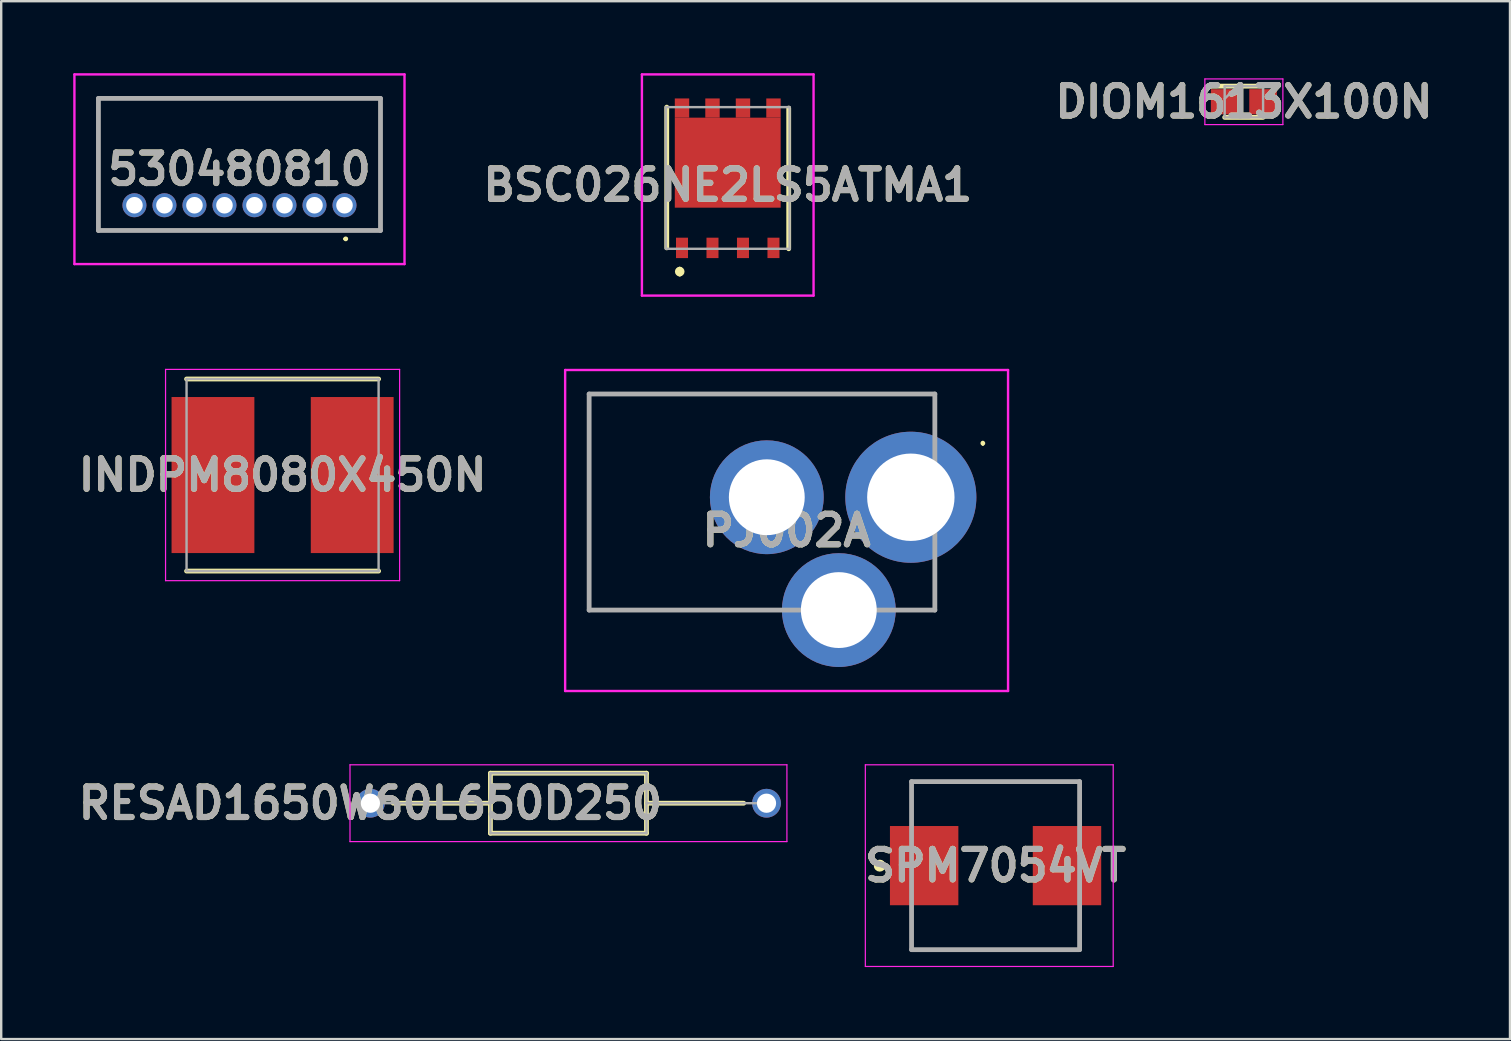
<source format=kicad_pcb>
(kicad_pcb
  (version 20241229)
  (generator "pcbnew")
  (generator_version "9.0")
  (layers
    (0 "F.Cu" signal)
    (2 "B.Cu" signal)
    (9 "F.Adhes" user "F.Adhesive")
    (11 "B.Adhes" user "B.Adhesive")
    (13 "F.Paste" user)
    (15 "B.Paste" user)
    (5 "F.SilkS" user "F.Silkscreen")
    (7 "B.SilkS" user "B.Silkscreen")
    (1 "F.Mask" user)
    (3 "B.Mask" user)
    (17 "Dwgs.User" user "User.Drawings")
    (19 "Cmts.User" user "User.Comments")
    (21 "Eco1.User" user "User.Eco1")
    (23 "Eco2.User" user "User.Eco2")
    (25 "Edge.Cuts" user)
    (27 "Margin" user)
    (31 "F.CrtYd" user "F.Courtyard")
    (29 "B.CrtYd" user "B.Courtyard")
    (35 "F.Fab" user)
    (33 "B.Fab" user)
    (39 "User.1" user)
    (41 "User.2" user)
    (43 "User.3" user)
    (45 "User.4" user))
  (footprint "DIOM1613X100N"
    (layer "F.Cu")
    (at 48.764 1.189)
    (property "Reference" "DIOM1613X100N" (at 0 0 0) (layer "F.SilkS") (effects (font (size 1.27 1.27) (thickness 0.254))))
    (attr smd)
    (fp_line (start -0.8 0.65) (end 0.8 0.65) (stroke (width 0.2) (type solid)) (layer "F.SilkS"))
    (fp_line (start 0.8 -0.65) (end -1.325 -0.65) (stroke (width 0.2) (type solid)) (layer "F.SilkS"))
    (fp_line (start -1.625 -0.95) (end 1.625 -0.95) (stroke (width 0.05) (type solid)) (layer "F.CrtYd"))
    (fp_line (start -1.625 0.95) (end -1.625 -0.95) (stroke (width 0.05) (type solid)) (layer "F.CrtYd"))
    (fp_line (start 1.625 -0.95) (end 1.625 0.95) (stroke (width 0.05) (type solid)) (layer "F.CrtYd"))
    (fp_line (start 1.625 0.95) (end -1.625 0.95) (stroke (width 0.05) (type solid)) (layer "F.CrtYd"))
    (fp_line (start -0.8 -0.65) (end 0.8 -0.65) (stroke (width 0.1) (type solid)) (layer "F.Fab"))
    (fp_line (start -0.8 -0.125) (end -0.275 -0.65) (stroke (width 0.1) (type solid)) (layer "F.Fab"))
    (fp_line (start -0.8 0.65) (end -0.8 -0.65) (stroke (width 0.1) (type solid)) (layer "F.Fab"))
    (fp_line (start 0.8 -0.65) (end 0.8 0.65) (stroke (width 0.1) (type solid)) (layer "F.Fab"))
    (fp_line (start 0.8 0.65) (end -0.8 0.65) (stroke (width 0.1) (type solid)) (layer "F.Fab"))
    (fp_text user "${REFERENCE}" (at 0 0 0) (layer "F.Fab") (effects (font (size 1.27 1.27) (thickness 0.254))))
    (pad "1" smd rect (at -0.8 0 90) (size 1.05 1.15) (layers "F.Cu" "F.Mask" "F.Paste"))
    (pad "2" smd rect (at 0.8 0 90) (size 1.05 1.15) (layers "F.Cu" "F.Mask" "F.Paste")))
  (footprint "SPM7054VT"
    (layer "F.Cu")
    (at 38.421 33.008)
    (property "Reference" "SPM7054VT" (at 0 0 0) (layer "F.SilkS") (effects (font (size 1.27 1.27) (thickness 0.254))))
    (attr smd)
    (fp_line (start -3.5 -3.5) (end 3.5 -3.5) (stroke (width 0.1) (type solid)) (layer "F.SilkS"))
    (fp_line (start 3.5 3.5) (end -3.5 3.5) (stroke (width 0.1) (type solid)) (layer "F.SilkS"))
    (fp_circle (center -4.825 0) (end -4.825 0.05) (stroke (width 0.2) (type solid)) (fill no) (layer "F.SilkS"))
    (fp_line (start -5.425 -4.2) (end 4.9 -4.2) (stroke (width 0.05) (type solid)) (layer "F.CrtYd"))
    (fp_line (start -5.425 4.2) (end -5.425 -4.2) (stroke (width 0.05) (type solid)) (layer "F.CrtYd"))
    (fp_line (start 4.9 -4.2) (end 4.9 4.2) (stroke (width 0.05) (type solid)) (layer "F.CrtYd"))
    (fp_line (start 4.9 4.2) (end -5.425 4.2) (stroke (width 0.05) (type solid)) (layer "F.CrtYd"))
    (fp_line (start -3.5 -3.5) (end 3.5 -3.5) (stroke (width 0.2) (type solid)) (layer "F.Fab"))
    (fp_line (start -3.5 3.5) (end -3.5 -3.5) (stroke (width 0.2) (type solid)) (layer "F.Fab"))
    (fp_line (start 3.5 -3.5) (end 3.5 3.5) (stroke (width 0.2) (type solid)) (layer "F.Fab"))
    (fp_line (start 3.5 3.5) (end -3.5 3.5) (stroke (width 0.2) (type solid)) (layer "F.Fab"))
    (fp_text user "${REFERENCE}" (at 0 0 0) (layer "F.Fab") (effects (font (size 1.27 1.27) (thickness 0.254))))
    (pad "1" smd rect (at -2.975 0) (size 2.85 3.3) (layers "F.Cu" "F.Mask" "F.Paste"))
    (pad "2" smd rect (at 2.975 0) (size 2.85 3.3) (layers "F.Cu" "F.Mask" "F.Paste")))
  (footprint "PJ002A"
    (layer "F.Cu")
    (at 34.891 17.663)
    (property "Reference" "PJ002A" (at -5.175 1.385 0) (layer "F.SilkS") (effects (font (size 1.27 1.27) (thickness 0.254))))
    (attr through_hole)
    (fp_line (start -13.4 -4.3) (end 1 -4.3) (stroke (width 0.1) (type solid)) (layer "F.SilkS"))
    (fp_line (start -13.4 4.7) (end -13.4 -4.3) (stroke (width 0.1) (type solid)) (layer "F.SilkS"))
    (fp_line (start -8.08 4.7) (end -13.4 4.7) (stroke (width 0.1) (type solid)) (layer "F.SilkS"))
    (fp_line (start 3 -2.3) (end 3 -2.3) (stroke (width 0.1) (type solid)) (layer "F.SilkS"))
    (fp_line (start 3 -2.2) (end 3 -2.2) (stroke (width 0.1) (type solid)) (layer "F.SilkS"))
    (fp_arc (start 3 -2.3) (mid 3.05 -2.25) (end 3 -2.2) (stroke (width 0.1) (type solid)) (layer "F.SilkS"))
    (fp_arc (start 3 -2.2) (mid 2.95 -2.25) (end 3 -2.3) (stroke (width 0.1) (type solid)) (layer "F.SilkS"))
    (fp_line (start -14.4 -5.3) (end 4.05 -5.3) (stroke (width 0.1) (type solid)) (layer "F.CrtYd"))
    (fp_line (start -14.4 8.07) (end -14.4 -5.3) (stroke (width 0.1) (type solid)) (layer "F.CrtYd"))
    (fp_line (start 4.05 -5.3) (end 4.05 8.07) (stroke (width 0.1) (type solid)) (layer "F.CrtYd"))
    (fp_line (start 4.05 8.07) (end -14.4 8.07) (stroke (width 0.1) (type solid)) (layer "F.CrtYd"))
    (fp_line (start -13.4 -4.3) (end 1 -4.3) (stroke (width 0.2) (type solid)) (layer "F.Fab"))
    (fp_line (start -13.4 4.7) (end -13.4 -4.3) (stroke (width 0.2) (type solid)) (layer "F.Fab"))
    (fp_line (start 1 -4.3) (end 1 4.7) (stroke (width 0.2) (type solid)) (layer "F.Fab"))
    (fp_line (start 1 4.7) (end -13.4 4.7) (stroke (width 0.2) (type solid)) (layer "F.Fab"))
    (fp_text user "${REFERENCE}" (at -5.175 1.385 0) (layer "F.Fab") (effects (font (size 1.27 1.27) (thickness 0.254))))
    (pad "1" thru_hole circle (at 0 0) (size 5.46 5.46) (drill 3.64) (layers "*.Cu" "*.Mask"))
    (pad "2" thru_hole circle (at -6 0) (size 4.74 4.74) (drill 3.16) (layers "*.Cu" "*.Mask"))
    (pad "3" thru_hole circle (at -3 4.7) (size 4.74 4.74) (drill 3.16) (layers "*.Cu" "*.Mask")))
  (footprint "BSC026NE2LS5ATMA1"
    (layer "F.Cu")
    (at 27.264 7.276)
    (property "Reference" "BSC026NE2LS5ATMA1" (at 0 -2.619 0) (layer "F.SilkS") (effects (font (size 1.27 1.27) (thickness 0.254))))
    (attr smd)
    (fp_line (start -2.54 -5.863) (end -2.54 0) (stroke (width 0.2) (type solid)) (layer "F.SilkS"))
    (fp_line (start -2 0.887) (end -2 0.887) (stroke (width 0.2) (type solid)) (layer "F.SilkS"))
    (fp_line (start -2 1.087) (end -2 1.087) (stroke (width 0.2) (type solid)) (layer "F.SilkS"))
    (fp_line (start 2.54 -5.826) (end 2.54 0.037) (stroke (width 0.2) (type solid)) (layer "F.SilkS"))
    (fp_arc (start -2 0.887) (mid -1.9 0.987) (end -2 1.087) (stroke (width 0.2) (type solid)) (layer "F.SilkS"))
    (fp_arc (start -2 1.087) (mid -2.1 0.987) (end -2 0.887) (stroke (width 0.2) (type solid)) (layer "F.SilkS"))
    (fp_line (start -3.575 -7.226) (end 3.575 -7.226) (stroke (width 0.1) (type solid)) (layer "F.CrtYd"))
    (fp_line (start -3.575 1.987) (end -3.575 -7.226) (stroke (width 0.1) (type solid)) (layer "F.CrtYd"))
    (fp_line (start 3.575 -7.226) (end 3.575 1.987) (stroke (width 0.1) (type solid)) (layer "F.CrtYd"))
    (fp_line (start 3.575 1.987) (end -3.575 1.987) (stroke (width 0.1) (type solid)) (layer "F.CrtYd"))
    (fp_line (start -2.575 -5.863) (end 2.575 -5.863) (stroke (width 0.1) (type solid)) (layer "F.Fab"))
    (fp_line (start -2.575 0.037) (end -2.575 -5.863) (stroke (width 0.1) (type solid)) (layer "F.Fab"))
    (fp_line (start 2.575 -5.863) (end 2.575 0.037) (stroke (width 0.1) (type solid)) (layer "F.Fab"))
    (fp_line (start 2.575 0.037) (end -2.575 0.037) (stroke (width 0.1) (type solid)) (layer "F.Fab"))
    (fp_text user "${REFERENCE}" (at 0 -2.619 0) (layer "F.Fab") (effects (font (size 1.27 1.27) (thickness 0.254))))
    (pad "1" smd rect (at -1.905 0) (size 0.5 0.85) (layers "F.Cu" "F.Mask" "F.Paste"))
    (pad "2" smd rect (at -0.635 0) (size 0.5 0.85) (layers "F.Cu" "F.Mask" "F.Paste"))
    (pad "3" smd rect (at 0.635 0) (size 0.5 0.85) (layers "F.Cu" "F.Mask" "F.Paste"))
    (pad "4" smd rect (at 1.905 0) (size 0.5 0.85) (layers "F.Cu" "F.Mask" "F.Paste"))
    (pad "5" smd rect (at 1.905 -5.825) (size 0.6 0.8) (layers "F.Cu" "F.Mask" "F.Paste"))
    (pad "6" smd rect (at 0.635 -5.825) (size 0.6 0.8) (layers "F.Cu" "F.Mask" "F.Paste"))
    (pad "7" smd rect (at -0.635 -5.825) (size 0.6 0.8) (layers "F.Cu" "F.Mask" "F.Paste"))
    (pad "8" smd rect (at -1.905 -5.825) (size 0.6 0.8) (layers "F.Cu" "F.Mask" "F.Paste"))
    (pad "9" smd rect (at 0 -3.55 90) (size 3.75 4.41) (layers "F.Cu" "F.Mask" "F.Paste")))
  (footprint "RESAD1650W60L650D250"
    (layer "F.Cu")
    (at 12.379 30.408)
    (property "Reference" "RESAD1650W60L650D250" (at 0 0 0) (layer "F.SilkS") (effects (font (size 1.27 1.27) (thickness 0.254))))
    (attr through_hole)
    (fp_line (start 0.95 0) (end 5 0) (stroke (width 0.2) (type solid)) (layer "F.SilkS"))
    (fp_line (start 5 -1.25) (end 11.5 -1.25) (stroke (width 0.2) (type solid)) (layer "F.SilkS"))
    (fp_line (start 5 1.25) (end 5 -1.25) (stroke (width 0.2) (type solid)) (layer "F.SilkS"))
    (fp_line (start 11.5 -1.25) (end 11.5 1.25) (stroke (width 0.2) (type solid)) (layer "F.SilkS"))
    (fp_line (start 11.5 0) (end 15.55 0) (stroke (width 0.2) (type solid)) (layer "F.SilkS"))
    (fp_line (start 11.5 1.25) (end 5 1.25) (stroke (width 0.2) (type solid)) (layer "F.SilkS"))
    (fp_line (start -0.85 -1.6) (end 17.35 -1.6) (stroke (width 0.05) (type solid)) (layer "F.CrtYd"))
    (fp_line (start -0.85 1.6) (end -0.85 -1.6) (stroke (width 0.05) (type solid)) (layer "F.CrtYd"))
    (fp_line (start 17.35 -1.6) (end 17.35 1.6) (stroke (width 0.05) (type solid)) (layer "F.CrtYd"))
    (fp_line (start 17.35 1.6) (end -0.85 1.6) (stroke (width 0.05) (type solid)) (layer "F.CrtYd"))
    (fp_line (start 0 0) (end 5 0) (stroke (width 0.1) (type solid)) (layer "F.Fab"))
    (fp_line (start 5 -1.25) (end 11.5 -1.25) (stroke (width 0.1) (type solid)) (layer "F.Fab"))
    (fp_line (start 5 1.25) (end 5 -1.25) (stroke (width 0.1) (type solid)) (layer "F.Fab"))
    (fp_line (start 11.5 -1.25) (end 11.5 1.25) (stroke (width 0.1) (type solid)) (layer "F.Fab"))
    (fp_line (start 11.5 0) (end 16.5 0) (stroke (width 0.1) (type solid)) (layer "F.Fab"))
    (fp_line (start 11.5 1.25) (end 5 1.25) (stroke (width 0.1) (type solid)) (layer "F.Fab"))
    (fp_text user "${REFERENCE}" (at 0 0 0) (layer "F.Fab") (effects (font (size 1.27 1.27) (thickness 0.254))))
    (pad "1" thru_hole circle (at 0 0) (size 1.2 1.2) (drill 0.8) (layers "*.Cu" "*.Mask"))
    (pad "2" thru_hole circle (at 16.5 0) (size 1.2 1.2) (drill 0.8) (layers "*.Cu" "*.Mask")))
  (footprint "INDPM8080X450N"
    (layer "F.Cu")
    (at 8.721 16.738)
    (property "Reference" "INDPM8080X450N" (at 0 0 0) (layer "F.SilkS") (effects (font (size 1.27 1.27) (thickness 0.254))))
    (attr smd)
    (fp_line (start -4 4) (end 4 4) (stroke (width 0.2) (type solid)) (layer "F.SilkS"))
    (fp_line (start 4 -4) (end -4 -4) (stroke (width 0.2) (type solid)) (layer "F.SilkS"))
    (fp_line (start -4.875 -4.4) (end 4.875 -4.4) (stroke (width 0.05) (type solid)) (layer "F.CrtYd"))
    (fp_line (start -4.875 4.4) (end -4.875 -4.4) (stroke (width 0.05) (type solid)) (layer "F.CrtYd"))
    (fp_line (start 4.875 -4.4) (end 4.875 4.4) (stroke (width 0.05) (type solid)) (layer "F.CrtYd"))
    (fp_line (start 4.875 4.4) (end -4.875 4.4) (stroke (width 0.05) (type solid)) (layer "F.CrtYd"))
    (fp_line (start -4 -4) (end 4 -4) (stroke (width 0.1) (type solid)) (layer "F.Fab"))
    (fp_line (start -4 4) (end -4 -4) (stroke (width 0.1) (type solid)) (layer "F.Fab"))
    (fp_line (start 4 -4) (end 4 4) (stroke (width 0.1) (type solid)) (layer "F.Fab"))
    (fp_line (start 4 4) (end -4 4) (stroke (width 0.1) (type solid)) (layer "F.Fab"))
    (fp_text user "${REFERENCE}" (at 0 0 0) (layer "F.Fab") (effects (font (size 1.27 1.27) (thickness 0.254))))
    (pad "1" smd rect (at -2.9 0) (size 3.45 6.5) (layers "F.Cu" "F.Mask" "F.Paste"))
    (pad "2" smd rect (at 2.9 0) (size 3.45 6.5) (layers "F.Cu" "F.Mask" "F.Paste")))
  (footprint "530480810"
    (layer "F.Cu")
    (at 11.3 5.5)
    (property "Reference" "530480810" (at -4.375 -1.5 0) (layer "F.SilkS") (effects (font (size 1.27 1.27) (thickness 0.254))))
    (attr through_hole)
    (fp_line (start -10.25 -4.45) (end 1.5 -4.45) (stroke (width 0.1) (type solid)) (layer "F.SilkS"))
    (fp_line (start -10.25 1.05) (end -10.25 -4.45) (stroke (width 0.1) (type solid)) (layer "F.SilkS"))
    (fp_line (start 0 1.4) (end 0 1.4) (stroke (width 0.1) (type solid)) (layer "F.SilkS"))
    (fp_line (start 0.1 1.4) (end 0.1 1.4) (stroke (width 0.1) (type solid)) (layer "F.SilkS"))
    (fp_line (start 1.5 -4.45) (end 1.5 1.05) (stroke (width 0.1) (type solid)) (layer "F.SilkS"))
    (fp_line (start 1.5 1.05) (end -10.25 1.05) (stroke (width 0.1) (type solid)) (layer "F.SilkS"))
    (fp_arc (start 0 1.4) (mid 0.05 1.35) (end 0.1 1.4) (stroke (width 0.1) (type solid)) (layer "F.SilkS"))
    (fp_arc (start 0.1 1.4) (mid 0.05 1.45) (end 0 1.4) (stroke (width 0.1) (type solid)) (layer "F.SilkS"))
    (fp_line (start -11.25 -5.45) (end 2.5 -5.45) (stroke (width 0.1) (type solid)) (layer "F.CrtYd"))
    (fp_line (start -11.25 2.45) (end -11.25 -5.45) (stroke (width 0.1) (type solid)) (layer "F.CrtYd"))
    (fp_line (start 2.5 -5.45) (end 2.5 2.45) (stroke (width 0.1) (type solid)) (layer "F.CrtYd"))
    (fp_line (start 2.5 2.45) (end -11.25 2.45) (stroke (width 0.1) (type solid)) (layer "F.CrtYd"))
    (fp_line (start -10.25 -4.45) (end 1.5 -4.45) (stroke (width 0.2) (type solid)) (layer "F.Fab"))
    (fp_line (start -10.25 1.05) (end -10.25 -4.45) (stroke (width 0.2) (type solid)) (layer "F.Fab"))
    (fp_line (start 1.5 -4.45) (end 1.5 1.05) (stroke (width 0.2) (type solid)) (layer "F.Fab"))
    (fp_line (start 1.5 1.05) (end -10.25 1.05) (stroke (width 0.2) (type solid)) (layer "F.Fab"))
    (fp_text user "${REFERENCE}" (at -4.375 -1.5 0) (layer "F.Fab") (effects (font (size 1.27 1.27) (thickness 0.254))))
    (pad "1" thru_hole circle (at 0 0) (size 1 1) (drill 0.69) (layers "*.Cu" "*.Mask"))
    (pad "2" thru_hole circle (at -1.25 0) (size 1 1) (drill 0.69) (layers "*.Cu" "*.Mask"))
    (pad "3" thru_hole circle (at -2.5 0) (size 1 1) (drill 0.69) (layers "*.Cu" "*.Mask"))
    (pad "4" thru_hole circle (at -3.75 0) (size 1 1) (drill 0.69) (layers "*.Cu" "*.Mask"))
    (pad "5" thru_hole circle (at -5 0) (size 1 1) (drill 0.69) (layers "*.Cu" "*.Mask"))
    (pad "6" thru_hole circle (at -6.25 0) (size 1 1) (drill 0.69) (layers "*.Cu" "*.Mask"))
    (pad "7" thru_hole circle (at -7.5 0) (size 1 1) (drill 0.69) (layers "*.Cu" "*.Mask"))
    (pad "8" thru_hole circle (at -8.75 0) (size 1 1) (drill 0.69) (layers "*.Cu" "*.Mask")))
  (gr_rect
    (start -3 -3)
    (end 59.849 40.233)
    (stroke (width 0.1) (type default))
    (fill no)
    (layer "Edge.Cuts")))
</source>
